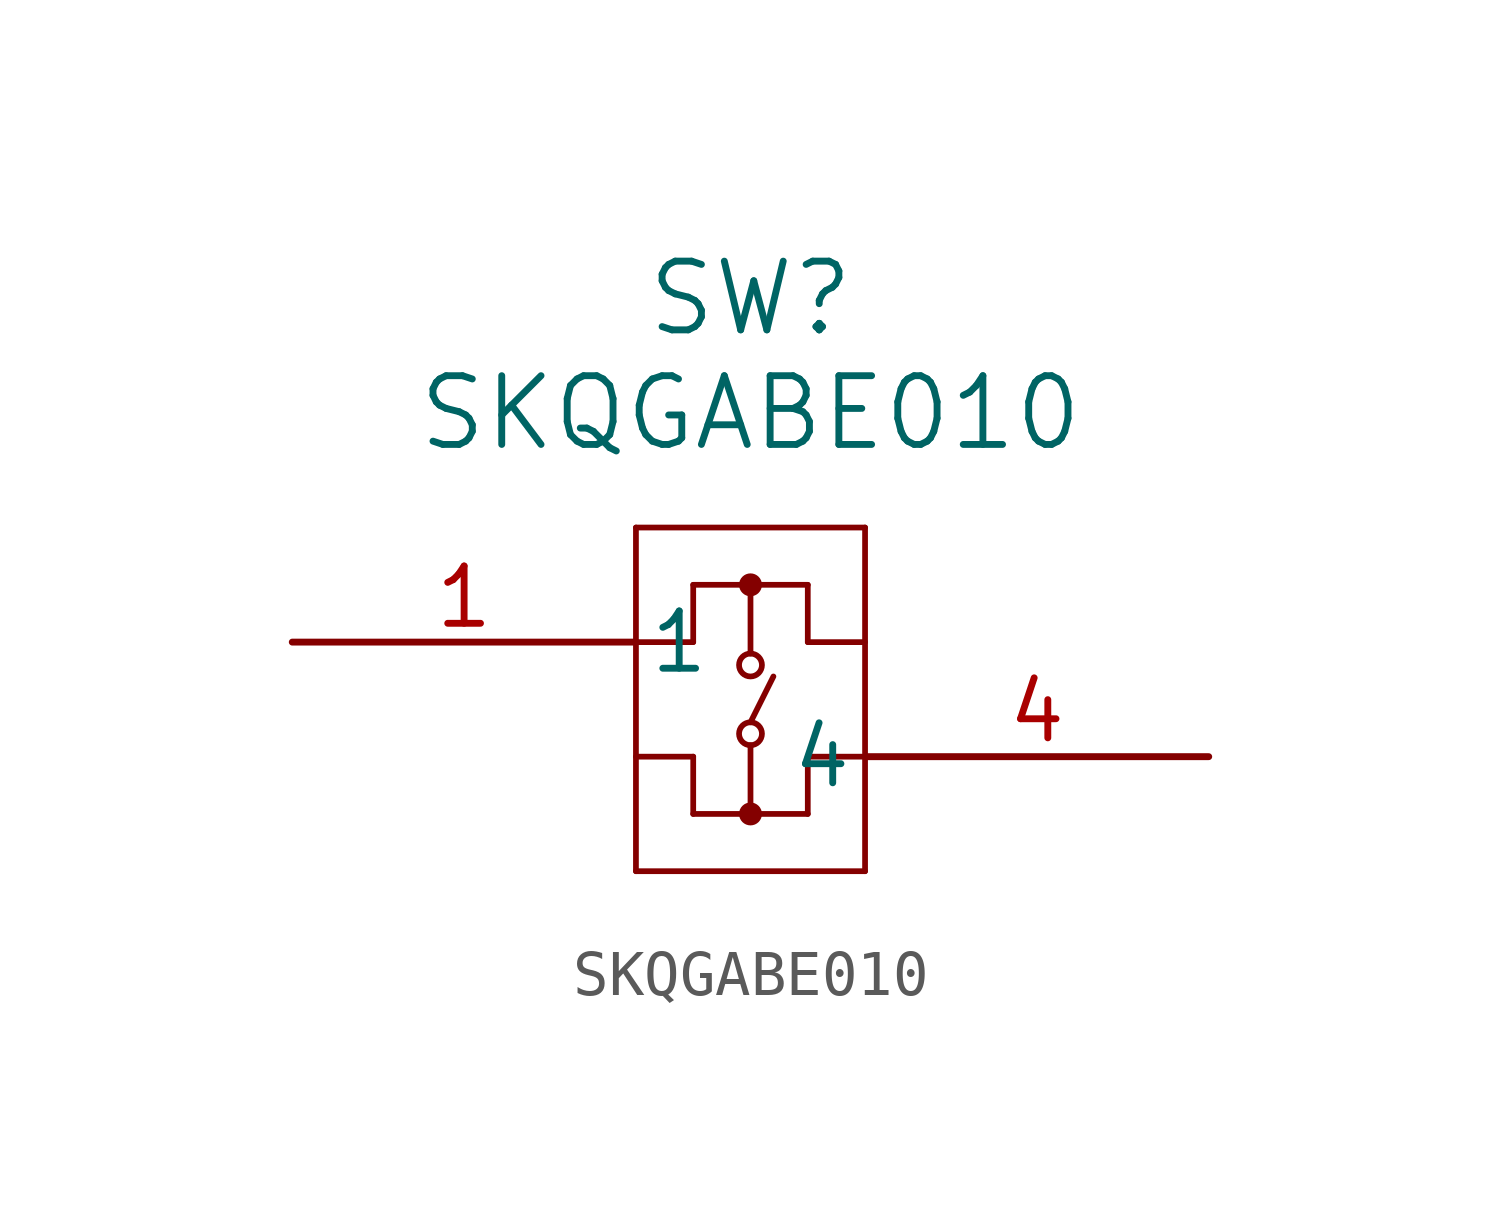
<source format=kicad_sym>
(kicad_symbol_lib
  (version 20211014)
  (generator kicad_symbol_editor)
  (symbol "SKQGABE010"
    (pin_names
      (offset 0.254))
    (property "Reference" "SW"
      (at 10.16 7.62 0)
      (effects (font (size 1.524 1.524))))
    (property "Value" "SKQGABE010"
      (at 10.16 5.08 0)
      (effects (font (size 1.524 1.524))))
    (symbol "SKQGABE010_0_1"
      (polyline (pts (xy 7.62 2.54) (xy 7.62 -5.08)) (stroke (width 0.127) (type default) (color 0 0 0 0)) (fill (type none)))
      (polyline (pts (xy 7.62 -5.08) (xy 12.7 -5.08)) (stroke (width 0.127) (type default) (color 0 0 0 0)) (fill (type none)))
      (polyline (pts (xy 12.7 -5.08) (xy 12.7 2.54)) (stroke (width 0.127) (type default) (color 0 0 0 0)) (fill (type none)))
      (polyline (pts (xy 12.7 2.54) (xy 7.62 2.54)) (stroke (width 0.127) (type default) (color 0 0 0 0)) (fill (type none)))
      (polyline (pts (xy 7.62 0) (xy 8.89 0)) (stroke (width 0.127) (type default) (color 0 0 0 0)) (fill (type none)))
      (polyline (pts (xy 7.62 -2.54) (xy 8.89 -2.54)) (stroke (width 0.127) (type default) (color 0 0 0 0)) (fill (type none)))
      (polyline (pts (xy 10.16 1.27) (xy 10.16 -0.254)) (stroke (width 0.127) (type default) (color 0 0 0 0)) (fill (type none)))
      (polyline (pts (xy 10.16 -2.286) (xy 10.16 -3.81)) (stroke (width 0.127) (type default) (color 0 0 0 0)) (fill (type none)))
      (circle (center 10.16 -0.508) (radius 0.254) (stroke (width 0.127) (type default) (color 0 0 0 0)) (fill (type none)))
      (circle (center 10.16 -2.032) (radius 0.254) (stroke (width 0.127) (type default) (color 0 0 0 0)) (fill (type none)))
      (polyline (pts (xy 10.16 -1.778) (xy 10.668 -0.762)) (stroke (width 0.127) (type default) (color 0 0 0 0)) (fill (type none)))
      (polyline (pts (xy 8.89 1.27) (xy 8.89 0)) (stroke (width 0.127) (type default) (color 0 0 0 0)) (fill (type none)))
      (polyline (pts (xy 8.89 1.27) (xy 11.43 1.27)) (stroke (width 0.127) (type default) (color 0 0 0 0)) (fill (type none)))
      (polyline (pts (xy 11.43 1.27) (xy 11.43 0)) (stroke (width 0.127) (type default) (color 0 0 0 0)) (fill (type none)))
      (polyline (pts (xy 8.89 -2.54) (xy 8.89 -3.81)) (stroke (width 0.127) (type default) (color 0 0 0 0)) (fill (type none)))
      (polyline (pts (xy 8.89 -3.81) (xy 11.43 -3.81)) (stroke (width 0.127) (type default) (color 0 0 0 0)) (fill (type none)))
      (polyline (pts (xy 11.43 -3.81) (xy 11.43 -2.54)) (stroke (width 0.127) (type default) (color 0 0 0 0)) (fill (type none)))
      (polyline (pts (xy 11.43 0) (xy 12.7 0)) (stroke (width 0.127) (type default) (color 0 0 0 0)) (fill (type none)))
      (polyline (pts (xy 11.43 -2.54) (xy 12.7 -2.54)) (stroke (width 0.127) (type default) (color 0 0 0 0)) (fill (type none)))
      (circle (center 10.16 -3.81) (radius 0.127) (stroke (width 0.254) (type default) (color 0 0 0 0)) (fill (type none)))
      (circle (center 10.16 1.27) (radius 0.127) (stroke (width 0.254) (type default) (color 0 0 0 0)) (fill (type none)))
      (pin unspecified line (at 0 0 0) (length 7.62) (name "1" (effects (font (size 1.27 1.27)))) (number "1" (effects (font (size 1.27 1.27)))))
      (pin unspecified line (at 20.32 -2.54 180) (length 7.62) (name "4" (effects (font (size 1.27 1.27)))) (number "4" (effects (font (size 1.27 1.27))))))))
</source>
